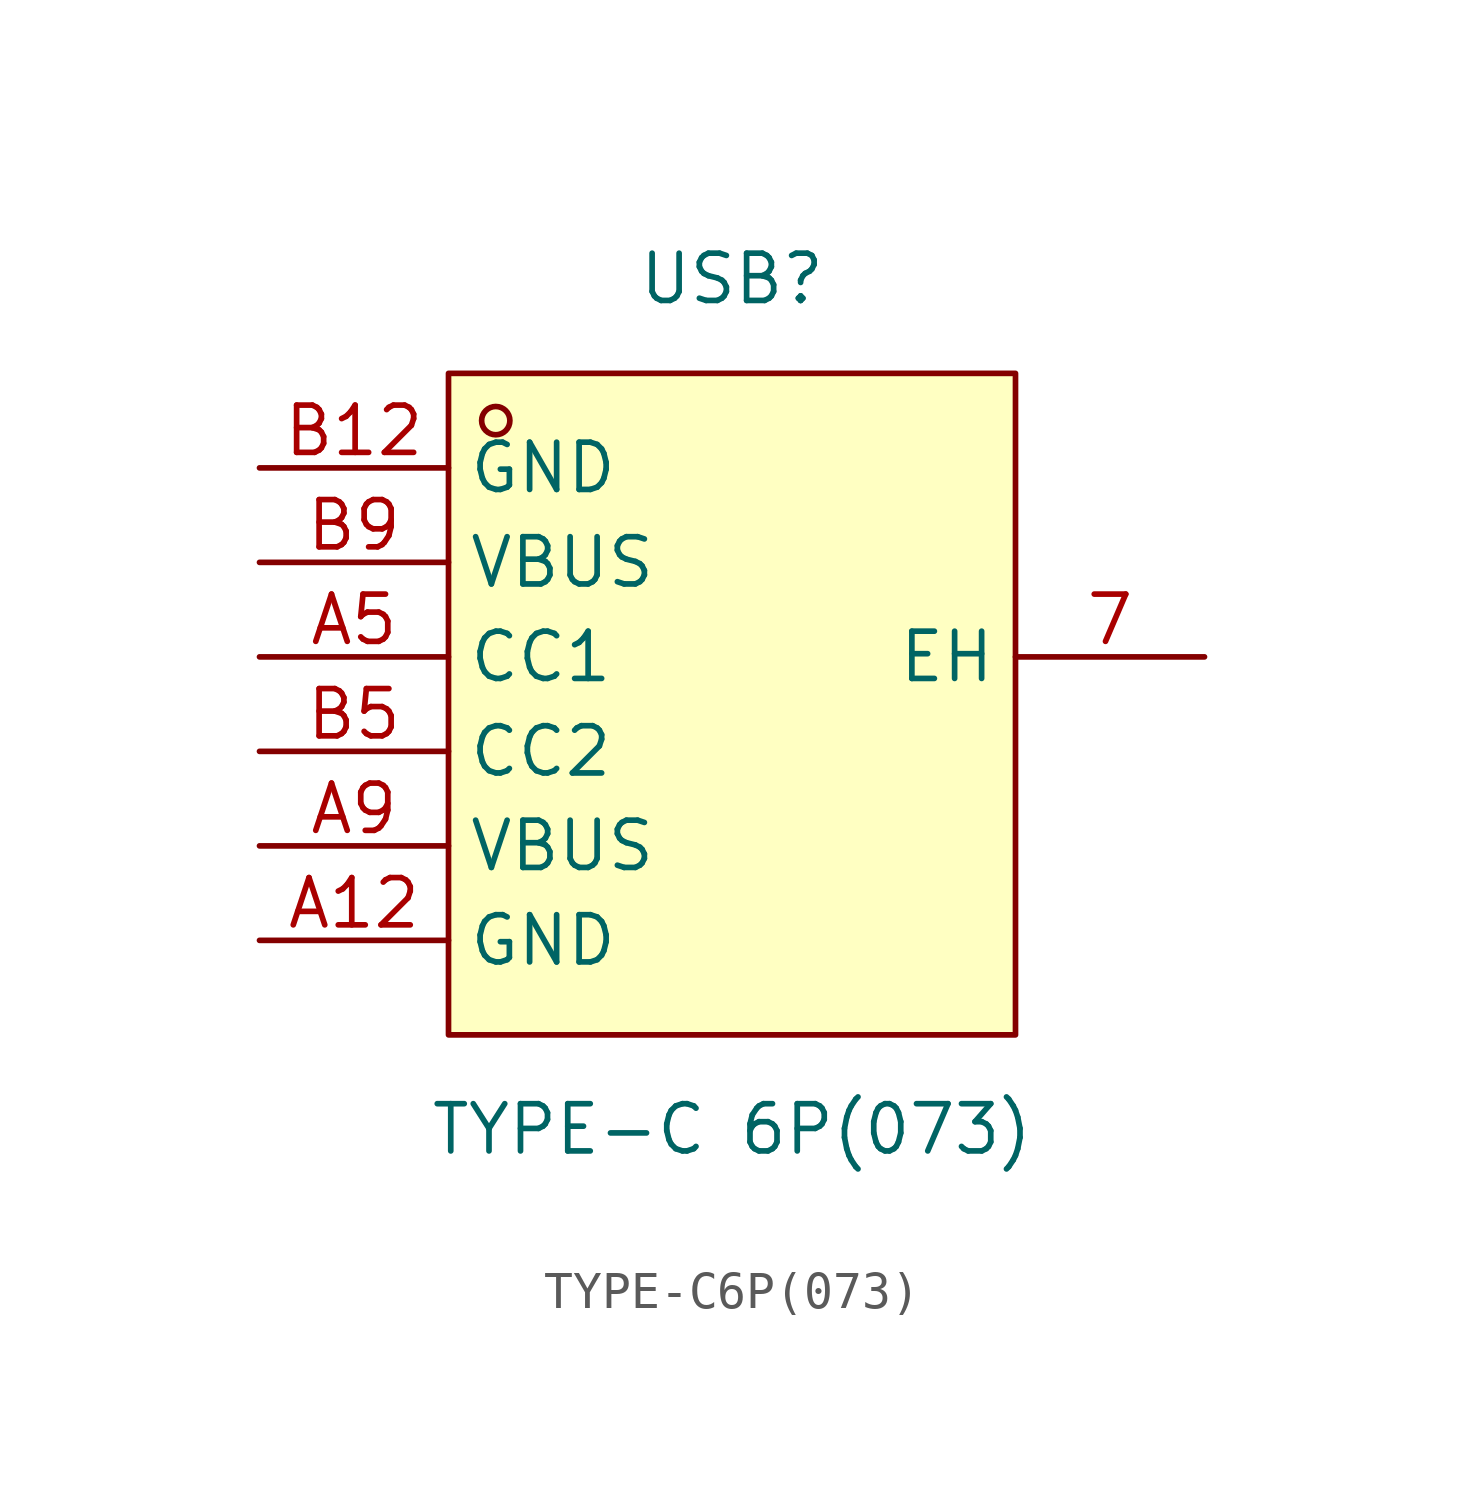
<source format=kicad_sym>
(kicad_symbol_lib
  (version 20241209)
  (generator "kicad_symbol_editor")
  (generator_version "9.0")
  (symbol "TYPE-C6P(073)"
    (property "Reference" "USB"
      (at 0 10.16 0)
      (effects (font (size 1.27 1.27))))
    (property "Value" "TYPE-C 6P(073)"
      (at 0 -12.70 0)
      (effects (font (size 1.27 1.27))))
    (symbol "TYPE-C6P(073)_0_1"
      (rectangle (start -7.62 7.62) (end 7.62 -10.16) (stroke (width 0) (type default) (color 0 0 0 0)) (fill (type background)))
      (circle (center -6.35 6.35) (radius 0.38) (stroke (width 0) (type default) (color 0 0 0 0)) (fill (type none)))
      (pin unspecified line (at 12.70 -0.00 180) (length 5.08) (name "EH" (effects (font (size 1.27 1.27)))) (number "7" (effects (font (size 1.27 1.27)))))
      (pin unspecified line (at -12.70 -7.62 0) (length 5.08) (name "GND" (effects (font (size 1.27 1.27)))) (number "A12" (effects (font (size 1.27 1.27)))))
      (pin unspecified line (at -12.70 -5.08 0) (length 5.08) (name "VBUS" (effects (font (size 1.27 1.27)))) (number "A9" (effects (font (size 1.27 1.27)))))
      (pin unspecified line (at -12.70 -0.00 0) (length 5.08) (name "CC1" (effects (font (size 1.27 1.27)))) (number "A5" (effects (font (size 1.27 1.27)))))
      (pin unspecified line (at -12.70 -2.54 0) (length 5.08) (name "CC2" (effects (font (size 1.27 1.27)))) (number "B5" (effects (font (size 1.27 1.27)))))
      (pin unspecified line (at -12.70 2.54 0) (length 5.08) (name "VBUS" (effects (font (size 1.27 1.27)))) (number "B9" (effects (font (size 1.27 1.27)))))
      (pin unspecified line (at -12.70 5.08 0) (length 5.08) (name "GND" (effects (font (size 1.27 1.27)))) (number "B12" (effects (font (size 1.27 1.27))))))))
</source>
